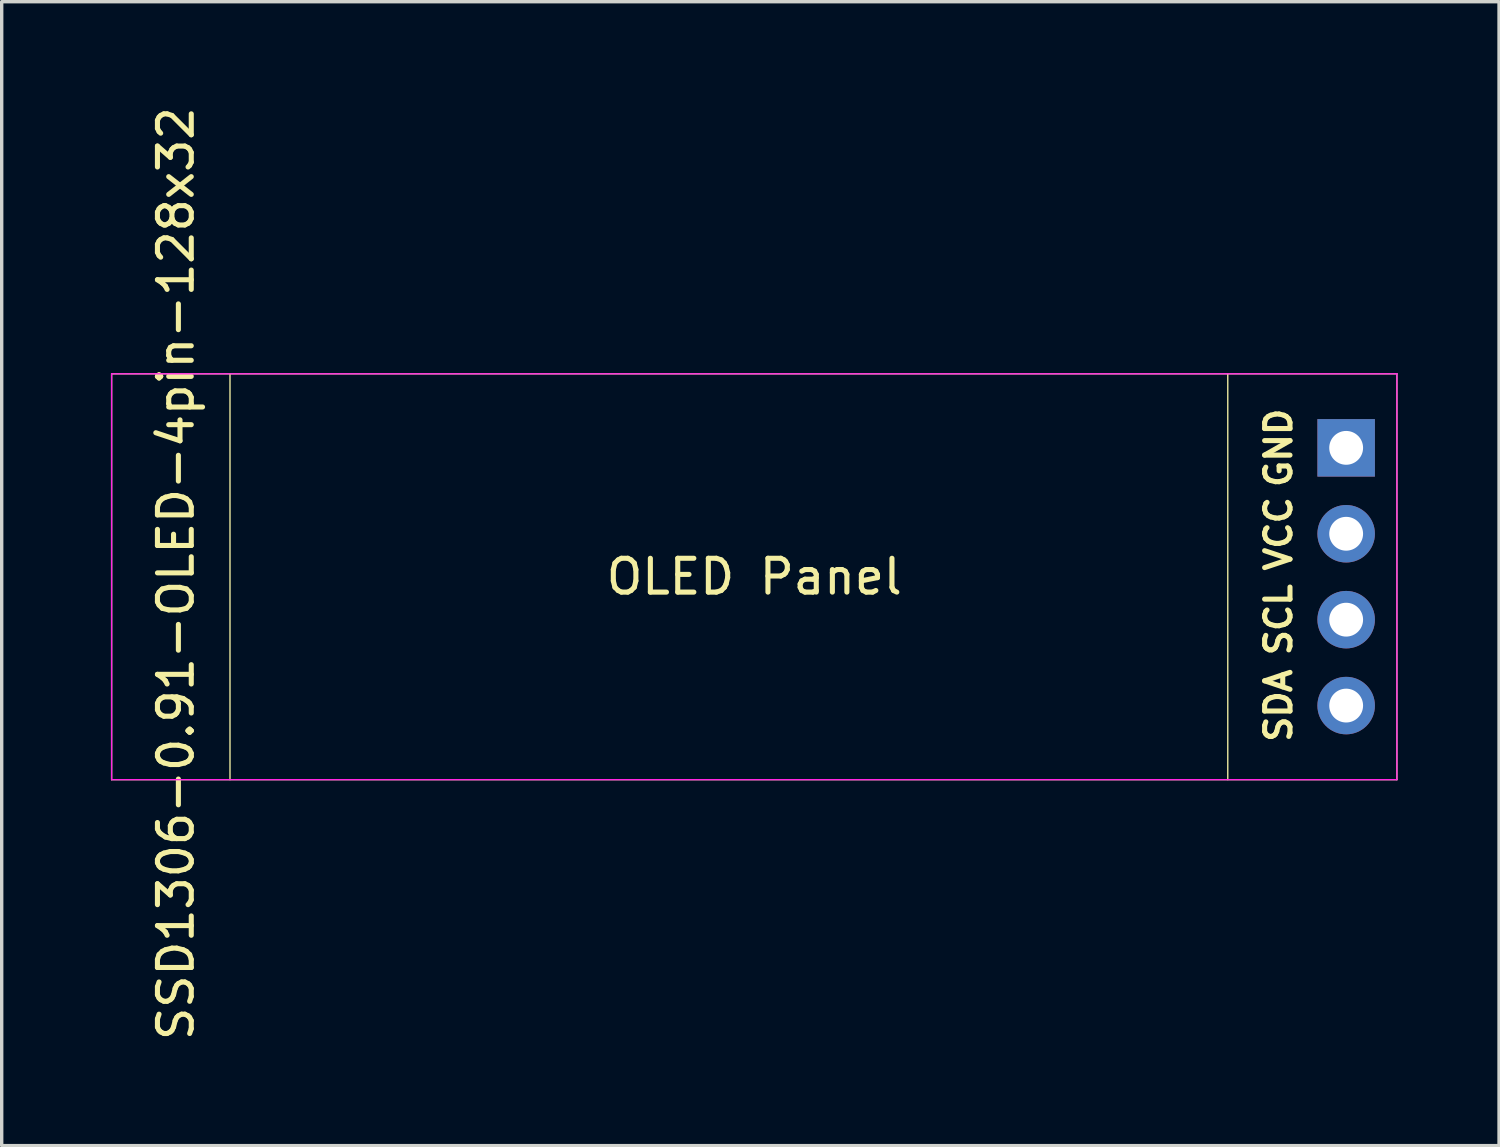
<source format=kicad_pcb>
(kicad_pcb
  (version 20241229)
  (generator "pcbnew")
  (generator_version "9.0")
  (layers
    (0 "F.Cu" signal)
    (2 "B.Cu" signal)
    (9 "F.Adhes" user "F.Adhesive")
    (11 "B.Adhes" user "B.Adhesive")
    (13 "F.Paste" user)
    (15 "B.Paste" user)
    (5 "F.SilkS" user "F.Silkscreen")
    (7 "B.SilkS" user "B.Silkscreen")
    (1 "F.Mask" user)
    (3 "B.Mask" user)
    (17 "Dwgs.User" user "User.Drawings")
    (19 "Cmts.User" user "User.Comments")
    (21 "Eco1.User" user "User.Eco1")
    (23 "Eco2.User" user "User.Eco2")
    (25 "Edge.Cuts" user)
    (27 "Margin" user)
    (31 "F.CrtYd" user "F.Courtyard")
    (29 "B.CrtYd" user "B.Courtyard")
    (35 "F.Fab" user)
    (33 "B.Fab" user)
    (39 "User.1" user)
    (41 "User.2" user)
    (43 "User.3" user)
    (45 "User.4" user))
  (footprint "SSD1306-0.91-OLED-4pin-128x32"
    (layer "F.Cu")
    (at 0.25 8.001)
    (property "Reference" "SSD1306-0.91-OLED-4pin-128x32" (at 1.9 5.91 90) (layer "F.SilkS") (effects (font (size 1 1) (thickness 0.15))))
    (attr through_hole)
    (fp_line (start 0 0) (end 0 12) (stroke (width 0.04) (type solid)) (layer "F.SilkS"))
    (fp_line (start 0 12) (end 38 12) (stroke (width 0.04) (type solid)) (layer "F.SilkS"))
    (fp_line (start 3.5 0) (end 3.5 12) (stroke (width 0.04) (type solid)) (layer "F.SilkS"))
    (fp_line (start 33 0) (end 33 12) (stroke (width 0.04) (type solid)) (layer "F.SilkS"))
    (fp_line (start 38 0) (end 0 0) (stroke (width 0.04) (type solid)) (layer "F.SilkS"))
    (fp_line (start 38 12) (end 38 0) (stroke (width 0.04) (type solid)) (layer "F.SilkS"))
    (fp_line (start 0 0) (end 0 12) (stroke (width 0.04) (type solid)) (layer "F.CrtYd"))
    (fp_line (start 0 12) (end 38 12) (stroke (width 0.04) (type solid)) (layer "F.CrtYd"))
    (fp_line (start 38 0) (end 0 0) (stroke (width 0.04) (type solid)) (layer "F.CrtYd"))
    (fp_line (start 38 12) (end 38 0) (stroke (width 0.04) (type solid)) (layer "F.CrtYd"))
    (fp_text user "SDA" (at 34.5 9.81 270) (layer "F.SilkS") (effects (font (size 0.75 0.75) (thickness 0.15))))
    (fp_text user "VCC" (at 34.5 4.73 270) (layer "F.SilkS") (effects (font (size 0.75 0.75) (thickness 0.15))))
    (fp_text user "GND" (at 34.5 2.19 270) (layer "F.SilkS") (effects (font (size 0.75 0.75) (thickness 0.15))))
    (fp_text user "OLED Panel" (at 19 6 0) (layer "F.SilkS") (effects (font (size 1 1) (thickness 0.15))))
    (fp_text user "SCL" (at 34.5 7.27 270) (layer "F.SilkS") (effects (font (size 0.75 0.75) (thickness 0.15))))
    (pad "1" thru_hole rect (at 36.5 2.19) (size 1.7 1.7) (drill 1) (layers "*.Cu" "*.Mask"))
    (pad "2" thru_hole oval (at 36.5 4.73) (size 1.7 1.7) (drill 1) (layers "*.Cu" "*.Mask"))
    (pad "3" thru_hole oval (at 36.5 7.27) (size 1.7 1.7) (drill 1) (layers "*.Cu" "*.Mask"))
    (pad "4" thru_hole oval (at 36.5 9.81) (size 1.7 1.7) (drill 1) (layers "*.Cu" "*.Mask")))
  (gr_rect
    (start -3 -3)
    (end 41.27 30.821)
    (stroke (width 0.1) (type default))
    (fill no)
    (layer "Edge.Cuts")))
</source>
